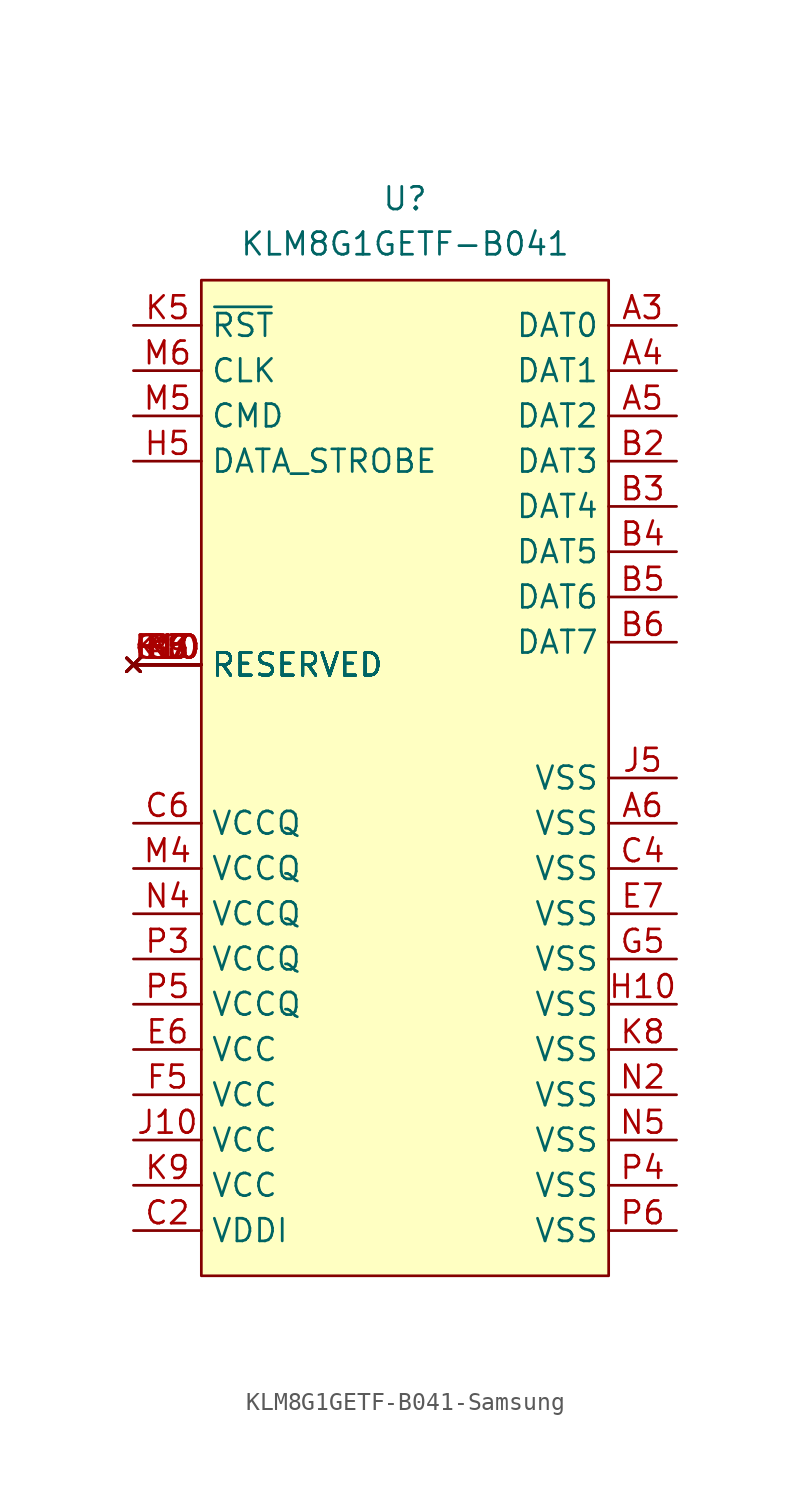
<source format=kicad_sym>
(kicad_symbol_lib
  (version 20231120)
  (generator "kicad_symbol_editor")
  (generator_version "8.0")
  (symbol "KLM8G1GETF-B041-Samsung"
    (property "Reference" "U"
      (at 0 32.512 0)
      (effects (font (size 1.27 1.27))))
    (property "Value" "KLM8G1GETF-B041"
      (at 0 29.972 0)
      (effects (font (size 1.27 1.27))))
    (symbol "KLM8G1GETF-B041-Samsung_1_1"
      (rectangle (start -11.43 27.94) (end 11.43 -27.94) (stroke (width 0) (type default)) (fill (type background)))
      (pin no_connect line (at -15.24 3.81 0) (length 3.81) hide (name "NC" (effects (font (size 1.27 1.27)))) (number "A1" (effects (font (size 1.27 1.27)))))
      (pin no_connect line (at -15.24 3.81 0) (length 3.81) hide (name "NC" (effects (font (size 1.27 1.27)))) (number "A10" (effects (font (size 1.27 1.27)))))
      (pin no_connect line (at -15.24 3.81 0) (length 3.81) hide (name "NC" (effects (font (size 1.27 1.27)))) (number "A11" (effects (font (size 1.27 1.27)))))
      (pin no_connect line (at -15.24 3.81 0) (length 3.81) hide (name "NC" (effects (font (size 1.27 1.27)))) (number "A12" (effects (font (size 1.27 1.27)))))
      (pin no_connect line (at -15.24 3.81 0) (length 3.81) hide (name "NC" (effects (font (size 1.27 1.27)))) (number "A13" (effects (font (size 1.27 1.27)))))
      (pin no_connect line (at -15.24 3.81 0) (length 3.81) hide (name "NC" (effects (font (size 1.27 1.27)))) (number "A14" (effects (font (size 1.27 1.27)))))
      (pin no_connect line (at -15.24 3.81 0) (length 3.81) hide (name "NC" (effects (font (size 1.27 1.27)))) (number "A2" (effects (font (size 1.27 1.27)))))
      (pin bidirectional line (at 15.24 25.4 180) (length 3.81) (name "DAT0" (effects (font (size 1.27 1.27)))) (number "A3" (effects (font (size 1.27 1.27)))))
      (pin bidirectional line (at 15.24 22.86 180) (length 3.81) (name "DAT1" (effects (font (size 1.27 1.27)))) (number "A4" (effects (font (size 1.27 1.27)))))
      (pin bidirectional line (at 15.24 20.32 180) (length 3.81) (name "DAT2" (effects (font (size 1.27 1.27)))) (number "A5" (effects (font (size 1.27 1.27)))))
      (pin power_in line (at 15.24 -2.54 180) (length 3.81) (name "VSS" (effects (font (size 1.27 1.27)))) (number "A6" (effects (font (size 1.27 1.27)))))
      (pin no_connect line (at -15.24 6.35 0) (length 3.81) (name "RESERVED" (effects (font (size 1.27 1.27)))) (number "A7" (effects (font (size 1.27 1.27)))))
      (pin no_connect line (at -15.24 3.81 0) (length 3.81) hide (name "NC" (effects (font (size 1.27 1.27)))) (number "A8" (effects (font (size 1.27 1.27)))))
      (pin no_connect line (at -15.24 3.81 0) (length 3.81) hide (name "NC" (effects (font (size 1.27 1.27)))) (number "A9" (effects (font (size 1.27 1.27)))))
      (pin no_connect line (at -15.24 3.81 0) (length 3.81) hide (name "NC" (effects (font (size 1.27 1.27)))) (number "B1" (effects (font (size 1.27 1.27)))))
      (pin no_connect line (at -15.24 3.81 0) (length 3.81) hide (name "NC" (effects (font (size 1.27 1.27)))) (number "B10" (effects (font (size 1.27 1.27)))))
      (pin no_connect line (at -15.24 3.81 0) (length 3.81) hide (name "NC" (effects (font (size 1.27 1.27)))) (number "B11" (effects (font (size 1.27 1.27)))))
      (pin no_connect line (at -15.24 3.81 0) (length 3.81) hide (name "NC" (effects (font (size 1.27 1.27)))) (number "B12" (effects (font (size 1.27 1.27)))))
      (pin no_connect line (at -15.24 3.81 0) (length 3.81) hide (name "NC" (effects (font (size 1.27 1.27)))) (number "B13" (effects (font (size 1.27 1.27)))))
      (pin no_connect line (at -15.24 3.81 0) (length 3.81) hide (name "NC" (effects (font (size 1.27 1.27)))) (number "B14" (effects (font (size 1.27 1.27)))))
      (pin bidirectional line (at 15.24 17.78 180) (length 3.81) (name "DAT3" (effects (font (size 1.27 1.27)))) (number "B2" (effects (font (size 1.27 1.27)))))
      (pin bidirectional line (at 15.24 15.24 180) (length 3.81) (name "DAT4" (effects (font (size 1.27 1.27)))) (number "B3" (effects (font (size 1.27 1.27)))))
      (pin bidirectional line (at 15.24 12.7 180) (length 3.81) (name "DAT5" (effects (font (size 1.27 1.27)))) (number "B4" (effects (font (size 1.27 1.27)))))
      (pin bidirectional line (at 15.24 10.16 180) (length 3.81) (name "DAT6" (effects (font (size 1.27 1.27)))) (number "B5" (effects (font (size 1.27 1.27)))))
      (pin bidirectional line (at 15.24 7.62 180) (length 3.81) (name "DAT7" (effects (font (size 1.27 1.27)))) (number "B6" (effects (font (size 1.27 1.27)))))
      (pin no_connect line (at -15.24 3.81 0) (length 3.81) hide (name "NC" (effects (font (size 1.27 1.27)))) (number "B7" (effects (font (size 1.27 1.27)))))
      (pin no_connect line (at -15.24 3.81 0) (length 3.81) hide (name "NC" (effects (font (size 1.27 1.27)))) (number "B8" (effects (font (size 1.27 1.27)))))
      (pin no_connect line (at -15.24 3.81 0) (length 3.81) hide (name "NC" (effects (font (size 1.27 1.27)))) (number "B9" (effects (font (size 1.27 1.27)))))
      (pin no_connect line (at -15.24 3.81 0) (length 3.81) hide (name "NC" (effects (font (size 1.27 1.27)))) (number "C1" (effects (font (size 1.27 1.27)))))
      (pin no_connect line (at -15.24 3.81 0) (length 3.81) hide (name "NC" (effects (font (size 1.27 1.27)))) (number "C10" (effects (font (size 1.27 1.27)))))
      (pin no_connect line (at -15.24 3.81 0) (length 3.81) hide (name "NC" (effects (font (size 1.27 1.27)))) (number "C11" (effects (font (size 1.27 1.27)))))
      (pin no_connect line (at -15.24 3.81 0) (length 3.81) hide (name "NC" (effects (font (size 1.27 1.27)))) (number "C12" (effects (font (size 1.27 1.27)))))
      (pin no_connect line (at -15.24 3.81 0) (length 3.81) hide (name "NC" (effects (font (size 1.27 1.27)))) (number "C13" (effects (font (size 1.27 1.27)))))
      (pin no_connect line (at -15.24 3.81 0) (length 3.81) hide (name "NC" (effects (font (size 1.27 1.27)))) (number "C14" (effects (font (size 1.27 1.27)))))
      (pin power_in line (at -15.24 -25.4 0) (length 3.81) (name "VDDI" (effects (font (size 1.27 1.27)))) (number "C2" (effects (font (size 1.27 1.27)))))
      (pin no_connect line (at -15.24 3.81 0) (length 3.81) hide (name "NC" (effects (font (size 1.27 1.27)))) (number "C3" (effects (font (size 1.27 1.27)))))
      (pin power_in line (at 15.24 -5.08 180) (length 3.81) (name "VSS" (effects (font (size 1.27 1.27)))) (number "C4" (effects (font (size 1.27 1.27)))))
      (pin no_connect line (at -15.24 3.81 0) (length 3.81) hide (name "NC" (effects (font (size 1.27 1.27)))) (number "C5" (effects (font (size 1.27 1.27)))))
      (pin power_in line (at -15.24 -2.54 0) (length 3.81) (name "VCCQ" (effects (font (size 1.27 1.27)))) (number "C6" (effects (font (size 1.27 1.27)))))
      (pin no_connect line (at -15.24 3.81 0) (length 3.81) hide (name "NC" (effects (font (size 1.27 1.27)))) (number "C7" (effects (font (size 1.27 1.27)))))
      (pin no_connect line (at -15.24 3.81 0) (length 3.81) hide (name "NC" (effects (font (size 1.27 1.27)))) (number "C8" (effects (font (size 1.27 1.27)))))
      (pin no_connect line (at -15.24 3.81 0) (length 3.81) hide (name "NC" (effects (font (size 1.27 1.27)))) (number "C9" (effects (font (size 1.27 1.27)))))
      (pin no_connect line (at -15.24 3.81 0) (length 3.81) hide (name "NC" (effects (font (size 1.27 1.27)))) (number "D1" (effects (font (size 1.27 1.27)))))
      (pin no_connect line (at -15.24 3.81 0) (length 3.81) hide (name "NC" (effects (font (size 1.27 1.27)))) (number "D12" (effects (font (size 1.27 1.27)))))
      (pin no_connect line (at -15.24 3.81 0) (length 3.81) hide (name "NC" (effects (font (size 1.27 1.27)))) (number "D13" (effects (font (size 1.27 1.27)))))
      (pin no_connect line (at -15.24 3.81 0) (length 3.81) hide (name "NC" (effects (font (size 1.27 1.27)))) (number "D14" (effects (font (size 1.27 1.27)))))
      (pin no_connect line (at -15.24 3.81 0) (length 3.81) hide (name "NC" (effects (font (size 1.27 1.27)))) (number "D2" (effects (font (size 1.27 1.27)))))
      (pin no_connect line (at -15.24 3.81 0) (length 3.81) hide (name "NC" (effects (font (size 1.27 1.27)))) (number "D3" (effects (font (size 1.27 1.27)))))
      (pin no_connect line (at -15.24 3.81 0) (length 3.81) hide (name "NC" (effects (font (size 1.27 1.27)))) (number "D4" (effects (font (size 1.27 1.27)))))
      (pin no_connect line (at -15.24 3.81 0) (length 3.81) hide (name "NC" (effects (font (size 1.27 1.27)))) (number "E1" (effects (font (size 1.27 1.27)))))
      (pin no_connect line (at -15.24 6.35 0) (length 3.81) (name "RESERVED" (effects (font (size 1.27 1.27)))) (number "E10" (effects (font (size 1.27 1.27)))))
      (pin no_connect line (at -15.24 3.81 0) (length 3.81) hide (name "NC" (effects (font (size 1.27 1.27)))) (number "E12" (effects (font (size 1.27 1.27)))))
      (pin no_connect line (at -15.24 3.81 0) (length 3.81) hide (name "NC" (effects (font (size 1.27 1.27)))) (number "E13" (effects (font (size 1.27 1.27)))))
      (pin no_connect line (at -15.24 3.81 0) (length 3.81) hide (name "NC" (effects (font (size 1.27 1.27)))) (number "E14" (effects (font (size 1.27 1.27)))))
      (pin no_connect line (at -15.24 3.81 0) (length 3.81) hide (name "NC" (effects (font (size 1.27 1.27)))) (number "E2" (effects (font (size 1.27 1.27)))))
      (pin no_connect line (at -15.24 3.81 0) (length 3.81) hide (name "NC" (effects (font (size 1.27 1.27)))) (number "E3" (effects (font (size 1.27 1.27)))))
      (pin no_connect line (at -15.24 6.35 0) (length 3.81) (name "RESERVED" (effects (font (size 1.27 1.27)))) (number "E5" (effects (font (size 1.27 1.27)))))
      (pin power_in line (at -15.24 -15.24 0) (length 3.81) (name "VCC" (effects (font (size 1.27 1.27)))) (number "E6" (effects (font (size 1.27 1.27)))))
      (pin power_in line (at 15.24 -7.62 180) (length 3.81) (name "VSS" (effects (font (size 1.27 1.27)))) (number "E7" (effects (font (size 1.27 1.27)))))
      (pin no_connect line (at -15.24 6.35 0) (length 3.81) (name "RESERVED" (effects (font (size 1.27 1.27)))) (number "E8" (effects (font (size 1.27 1.27)))))
      (pin no_connect line (at -15.24 6.35 0) (length 3.81) (name "RESERVED" (effects (font (size 1.27 1.27)))) (number "E9" (effects (font (size 1.27 1.27)))))
      (pin no_connect line (at -15.24 3.81 0) (length 3.81) hide (name "NC" (effects (font (size 1.27 1.27)))) (number "F1" (effects (font (size 1.27 1.27)))))
      (pin no_connect line (at -15.24 6.35 0) (length 3.81) (name "RESERVED" (effects (font (size 1.27 1.27)))) (number "F10" (effects (font (size 1.27 1.27)))))
      (pin no_connect line (at -15.24 3.81 0) (length 3.81) hide (name "NC" (effects (font (size 1.27 1.27)))) (number "F12" (effects (font (size 1.27 1.27)))))
      (pin no_connect line (at -15.24 3.81 0) (length 3.81) hide (name "NC" (effects (font (size 1.27 1.27)))) (number "F13" (effects (font (size 1.27 1.27)))))
      (pin no_connect line (at -15.24 3.81 0) (length 3.81) hide (name "NC" (effects (font (size 1.27 1.27)))) (number "F14" (effects (font (size 1.27 1.27)))))
      (pin no_connect line (at -15.24 3.81 0) (length 3.81) hide (name "NC" (effects (font (size 1.27 1.27)))) (number "F2" (effects (font (size 1.27 1.27)))))
      (pin no_connect line (at -15.24 3.81 0) (length 3.81) hide (name "NC" (effects (font (size 1.27 1.27)))) (number "F3" (effects (font (size 1.27 1.27)))))
      (pin power_in line (at -15.24 -17.78 0) (length 3.81) (name "VCC" (effects (font (size 1.27 1.27)))) (number "F5" (effects (font (size 1.27 1.27)))))
      (pin no_connect line (at -15.24 3.81 0) (length 3.81) hide (name "NC" (effects (font (size 1.27 1.27)))) (number "G1" (effects (font (size 1.27 1.27)))))
      (pin no_connect line (at -15.24 6.35 0) (length 3.81) (name "RESERVED" (effects (font (size 1.27 1.27)))) (number "G10" (effects (font (size 1.27 1.27)))))
      (pin no_connect line (at -15.24 3.81 0) (length 3.81) hide (name "NC" (effects (font (size 1.27 1.27)))) (number "G12" (effects (font (size 1.27 1.27)))))
      (pin no_connect line (at -15.24 3.81 0) (length 3.81) hide (name "NC" (effects (font (size 1.27 1.27)))) (number "G13" (effects (font (size 1.27 1.27)))))
      (pin no_connect line (at -15.24 3.81 0) (length 3.81) hide (name "NC" (effects (font (size 1.27 1.27)))) (number "G14" (effects (font (size 1.27 1.27)))))
      (pin no_connect line (at -15.24 3.81 0) (length 3.81) hide (name "NC" (effects (font (size 1.27 1.27)))) (number "G2" (effects (font (size 1.27 1.27)))))
      (pin no_connect line (at -15.24 6.35 0) (length 3.81) (name "RESERVED" (effects (font (size 1.27 1.27)))) (number "G3" (effects (font (size 1.27 1.27)))))
      (pin power_in line (at 15.24 -10.16 180) (length 3.81) (name "VSS" (effects (font (size 1.27 1.27)))) (number "G5" (effects (font (size 1.27 1.27)))))
      (pin no_connect line (at -15.24 3.81 0) (length 3.81) hide (name "NC" (effects (font (size 1.27 1.27)))) (number "H1" (effects (font (size 1.27 1.27)))))
      (pin power_in line (at 15.24 -12.7 180) (length 3.81) (name "VSS" (effects (font (size 1.27 1.27)))) (number "H10" (effects (font (size 1.27 1.27)))))
      (pin no_connect line (at -15.24 3.81 0) (length 3.81) hide (name "NC" (effects (font (size 1.27 1.27)))) (number "H12" (effects (font (size 1.27 1.27)))))
      (pin no_connect line (at -15.24 3.81 0) (length 3.81) hide (name "NC" (effects (font (size 1.27 1.27)))) (number "H13" (effects (font (size 1.27 1.27)))))
      (pin no_connect line (at -15.24 3.81 0) (length 3.81) hide (name "NC" (effects (font (size 1.27 1.27)))) (number "H14" (effects (font (size 1.27 1.27)))))
      (pin no_connect line (at -15.24 3.81 0) (length 3.81) hide (name "NC" (effects (font (size 1.27 1.27)))) (number "H2" (effects (font (size 1.27 1.27)))))
      (pin no_connect line (at -15.24 3.81 0) (length 3.81) hide (name "NC" (effects (font (size 1.27 1.27)))) (number "H3" (effects (font (size 1.27 1.27)))))
      (pin input line (at -15.24 17.78 0) (length 3.81) (name "DATA_STROBE" (effects (font (size 1.27 1.27)))) (number "H5" (effects (font (size 1.27 1.27)))))
      (pin no_connect line (at -15.24 3.81 0) (length 3.81) hide (name "NC" (effects (font (size 1.27 1.27)))) (number "J1" (effects (font (size 1.27 1.27)))))
      (pin power_in line (at -15.24 -20.32 0) (length 3.81) (name "VCC" (effects (font (size 1.27 1.27)))) (number "J10" (effects (font (size 1.27 1.27)))))
      (pin no_connect line (at -15.24 3.81 0) (length 3.81) hide (name "NC" (effects (font (size 1.27 1.27)))) (number "J12" (effects (font (size 1.27 1.27)))))
      (pin no_connect line (at -15.24 3.81 0) (length 3.81) hide (name "NC" (effects (font (size 1.27 1.27)))) (number "J13" (effects (font (size 1.27 1.27)))))
      (pin no_connect line (at -15.24 3.81 0) (length 3.81) hide (name "NC" (effects (font (size 1.27 1.27)))) (number "J14" (effects (font (size 1.27 1.27)))))
      (pin no_connect line (at -15.24 3.81 0) (length 3.81) hide (name "NC" (effects (font (size 1.27 1.27)))) (number "J2" (effects (font (size 1.27 1.27)))))
      (pin no_connect line (at -15.24 3.81 0) (length 3.81) hide (name "NC" (effects (font (size 1.27 1.27)))) (number "J3" (effects (font (size 1.27 1.27)))))
      (pin power_in line (at 15.24 0 180) (length 3.81) (name "VSS" (effects (font (size 1.27 1.27)))) (number "J5" (effects (font (size 1.27 1.27)))))
      (pin no_connect line (at -15.24 3.81 0) (length 3.81) hide (name "NC" (effects (font (size 1.27 1.27)))) (number "K1" (effects (font (size 1.27 1.27)))))
      (pin no_connect line (at -15.24 6.35 0) (length 3.81) (name "RESERVED" (effects (font (size 1.27 1.27)))) (number "K10" (effects (font (size 1.27 1.27)))))
      (pin no_connect line (at -15.24 3.81 0) (length 3.81) hide (name "NC" (effects (font (size 1.27 1.27)))) (number "K12" (effects (font (size 1.27 1.27)))))
      (pin no_connect line (at -15.24 3.81 0) (length 3.81) hide (name "NC" (effects (font (size 1.27 1.27)))) (number "K13" (effects (font (size 1.27 1.27)))))
      (pin no_connect line (at -15.24 3.81 0) (length 3.81) hide (name "NC" (effects (font (size 1.27 1.27)))) (number "K14" (effects (font (size 1.27 1.27)))))
      (pin no_connect line (at -15.24 3.81 0) (length 3.81) hide (name "NC" (effects (font (size 1.27 1.27)))) (number "K2" (effects (font (size 1.27 1.27)))))
      (pin no_connect line (at -15.24 3.81 0) (length 3.81) hide (name "NC" (effects (font (size 1.27 1.27)))) (number "K3" (effects (font (size 1.27 1.27)))))
      (pin input line (at -15.24 25.4 0) (length 3.81) (name "~{RST}" (effects (font (size 1.27 1.27)))) (number "K5" (effects (font (size 1.27 1.27)))))
      (pin no_connect line (at -15.24 6.35 0) (length 3.81) (name "RESERVED" (effects (font (size 1.27 1.27)))) (number "K6" (effects (font (size 1.27 1.27)))))
      (pin no_connect line (at -15.24 6.35 0) (length 3.81) (name "RESERVED" (effects (font (size 1.27 1.27)))) (number "K7" (effects (font (size 1.27 1.27)))))
      (pin power_in line (at 15.24 -15.24 180) (length 3.81) (name "VSS" (effects (font (size 1.27 1.27)))) (number "K8" (effects (font (size 1.27 1.27)))))
      (pin power_in line (at -15.24 -22.86 0) (length 3.81) (name "VCC" (effects (font (size 1.27 1.27)))) (number "K9" (effects (font (size 1.27 1.27)))))
      (pin no_connect line (at -15.24 3.81 0) (length 3.81) hide (name "NC" (effects (font (size 1.27 1.27)))) (number "L1" (effects (font (size 1.27 1.27)))))
      (pin no_connect line (at -15.24 3.81 0) (length 3.81) hide (name "NC" (effects (font (size 1.27 1.27)))) (number "L12" (effects (font (size 1.27 1.27)))))
      (pin no_connect line (at -15.24 3.81 0) (length 3.81) hide (name "NC" (effects (font (size 1.27 1.27)))) (number "L13" (effects (font (size 1.27 1.27)))))
      (pin no_connect line (at -15.24 3.81 0) (length 3.81) hide (name "NC" (effects (font (size 1.27 1.27)))) (number "L14" (effects (font (size 1.27 1.27)))))
      (pin no_connect line (at -15.24 3.81 0) (length 3.81) hide (name "NC" (effects (font (size 1.27 1.27)))) (number "L2" (effects (font (size 1.27 1.27)))))
      (pin no_connect line (at -15.24 3.81 0) (length 3.81) hide (name "NC" (effects (font (size 1.27 1.27)))) (number "L3" (effects (font (size 1.27 1.27)))))
      (pin no_connect line (at -15.24 3.81 0) (length 3.81) hide (name "NC" (effects (font (size 1.27 1.27)))) (number "M1" (effects (font (size 1.27 1.27)))))
      (pin no_connect line (at -15.24 3.81 0) (length 3.81) hide (name "NC" (effects (font (size 1.27 1.27)))) (number "M10" (effects (font (size 1.27 1.27)))))
      (pin no_connect line (at -15.24 3.81 0) (length 3.81) hide (name "NC" (effects (font (size 1.27 1.27)))) (number "M11" (effects (font (size 1.27 1.27)))))
      (pin no_connect line (at -15.24 3.81 0) (length 3.81) hide (name "NC" (effects (font (size 1.27 1.27)))) (number "M12" (effects (font (size 1.27 1.27)))))
      (pin no_connect line (at -15.24 3.81 0) (length 3.81) hide (name "NC" (effects (font (size 1.27 1.27)))) (number "M13" (effects (font (size 1.27 1.27)))))
      (pin no_connect line (at -15.24 3.81 0) (length 3.81) hide (name "NC" (effects (font (size 1.27 1.27)))) (number "M14" (effects (font (size 1.27 1.27)))))
      (pin no_connect line (at -15.24 3.81 0) (length 3.81) hide (name "NC" (effects (font (size 1.27 1.27)))) (number "M2" (effects (font (size 1.27 1.27)))))
      (pin no_connect line (at -15.24 3.81 0) (length 3.81) hide (name "NC" (effects (font (size 1.27 1.27)))) (number "M3" (effects (font (size 1.27 1.27)))))
      (pin power_in line (at -15.24 -5.08 0) (length 3.81) (name "VCCQ" (effects (font (size 1.27 1.27)))) (number "M4" (effects (font (size 1.27 1.27)))))
      (pin input line (at -15.24 20.32 0) (length 3.81) (name "CMD" (effects (font (size 1.27 1.27)))) (number "M5" (effects (font (size 1.27 1.27)))))
      (pin input line (at -15.24 22.86 0) (length 3.81) (name "CLK" (effects (font (size 1.27 1.27)))) (number "M6" (effects (font (size 1.27 1.27)))))
      (pin no_connect line (at -15.24 3.81 0) (length 3.81) hide (name "NC" (effects (font (size 1.27 1.27)))) (number "M7" (effects (font (size 1.27 1.27)))))
      (pin no_connect line (at -15.24 3.81 0) (length 3.81) hide (name "NC" (effects (font (size 1.27 1.27)))) (number "M8" (effects (font (size 1.27 1.27)))))
      (pin no_connect line (at -15.24 3.81 0) (length 3.81) hide (name "NC" (effects (font (size 1.27 1.27)))) (number "M9" (effects (font (size 1.27 1.27)))))
      (pin no_connect line (at -15.24 3.81 0) (length 3.81) hide (name "NC" (effects (font (size 1.27 1.27)))) (number "N1" (effects (font (size 1.27 1.27)))))
      (pin no_connect line (at -15.24 3.81 0) (length 3.81) hide (name "NC" (effects (font (size 1.27 1.27)))) (number "N10" (effects (font (size 1.27 1.27)))))
      (pin no_connect line (at -15.24 3.81 0) (length 3.81) hide (name "NC" (effects (font (size 1.27 1.27)))) (number "N11" (effects (font (size 1.27 1.27)))))
      (pin no_connect line (at -15.24 3.81 0) (length 3.81) hide (name "NC" (effects (font (size 1.27 1.27)))) (number "N12" (effects (font (size 1.27 1.27)))))
      (pin no_connect line (at -15.24 3.81 0) (length 3.81) hide (name "NC" (effects (font (size 1.27 1.27)))) (number "N13" (effects (font (size 1.27 1.27)))))
      (pin no_connect line (at -15.24 3.81 0) (length 3.81) hide (name "NC" (effects (font (size 1.27 1.27)))) (number "N14" (effects (font (size 1.27 1.27)))))
      (pin power_in line (at 15.24 -17.78 180) (length 3.81) (name "VSS" (effects (font (size 1.27 1.27)))) (number "N2" (effects (font (size 1.27 1.27)))))
      (pin no_connect line (at -15.24 3.81 0) (length 3.81) hide (name "NC" (effects (font (size 1.27 1.27)))) (number "N3" (effects (font (size 1.27 1.27)))))
      (pin power_in line (at -15.24 -7.62 0) (length 3.81) (name "VCCQ" (effects (font (size 1.27 1.27)))) (number "N4" (effects (font (size 1.27 1.27)))))
      (pin power_in line (at 15.24 -20.32 180) (length 3.81) (name "VSS" (effects (font (size 1.27 1.27)))) (number "N5" (effects (font (size 1.27 1.27)))))
      (pin no_connect line (at -15.24 3.81 0) (length 3.81) hide (name "NC" (effects (font (size 1.27 1.27)))) (number "N6" (effects (font (size 1.27 1.27)))))
      (pin no_connect line (at -15.24 3.81 0) (length 3.81) hide (name "NC" (effects (font (size 1.27 1.27)))) (number "N7" (effects (font (size 1.27 1.27)))))
      (pin no_connect line (at -15.24 3.81 0) (length 3.81) hide (name "NC" (effects (font (size 1.27 1.27)))) (number "N8" (effects (font (size 1.27 1.27)))))
      (pin no_connect line (at -15.24 3.81 0) (length 3.81) hide (name "NC" (effects (font (size 1.27 1.27)))) (number "N9" (effects (font (size 1.27 1.27)))))
      (pin no_connect line (at -15.24 3.81 0) (length 3.81) hide (name "NC" (effects (font (size 1.27 1.27)))) (number "P1" (effects (font (size 1.27 1.27)))))
      (pin no_connect line (at -15.24 6.35 0) (length 3.81) (name "RESERVED" (effects (font (size 1.27 1.27)))) (number "P10" (effects (font (size 1.27 1.27)))))
      (pin no_connect line (at -15.24 3.81 0) (length 3.81) hide (name "NC" (effects (font (size 1.27 1.27)))) (number "P11" (effects (font (size 1.27 1.27)))))
      (pin no_connect line (at -15.24 3.81 0) (length 3.81) hide (name "NC" (effects (font (size 1.27 1.27)))) (number "P12" (effects (font (size 1.27 1.27)))))
      (pin no_connect line (at -15.24 3.81 0) (length 3.81) hide (name "NC" (effects (font (size 1.27 1.27)))) (number "P13" (effects (font (size 1.27 1.27)))))
      (pin no_connect line (at -15.24 3.81 0) (length 3.81) hide (name "NC" (effects (font (size 1.27 1.27)))) (number "P14" (effects (font (size 1.27 1.27)))))
      (pin no_connect line (at -15.24 3.81 0) (length 3.81) hide (name "NC" (effects (font (size 1.27 1.27)))) (number "P2" (effects (font (size 1.27 1.27)))))
      (pin power_in line (at -15.24 -10.16 0) (length 3.81) (name "VCCQ" (effects (font (size 1.27 1.27)))) (number "P3" (effects (font (size 1.27 1.27)))))
      (pin power_in line (at 15.24 -22.86 180) (length 3.81) (name "VSS" (effects (font (size 1.27 1.27)))) (number "P4" (effects (font (size 1.27 1.27)))))
      (pin power_in line (at -15.24 -12.7 0) (length 3.81) (name "VCCQ" (effects (font (size 1.27 1.27)))) (number "P5" (effects (font (size 1.27 1.27)))))
      (pin power_in line (at 15.24 -25.4 180) (length 3.81) (name "VSS" (effects (font (size 1.27 1.27)))) (number "P6" (effects (font (size 1.27 1.27)))))
      (pin no_connect line (at -15.24 6.35 0) (length 3.81) (name "RESERVED" (effects (font (size 1.27 1.27)))) (number "P7" (effects (font (size 1.27 1.27)))))
      (pin no_connect line (at -15.24 3.81 0) (length 3.81) hide (name "NC" (effects (font (size 1.27 1.27)))) (number "P8" (effects (font (size 1.27 1.27)))))
      (pin no_connect line (at -15.24 3.81 0) (length 3.81) hide (name "NC" (effects (font (size 1.27 1.27)))) (number "P9" (effects (font (size 1.27 1.27))))))))
</source>
